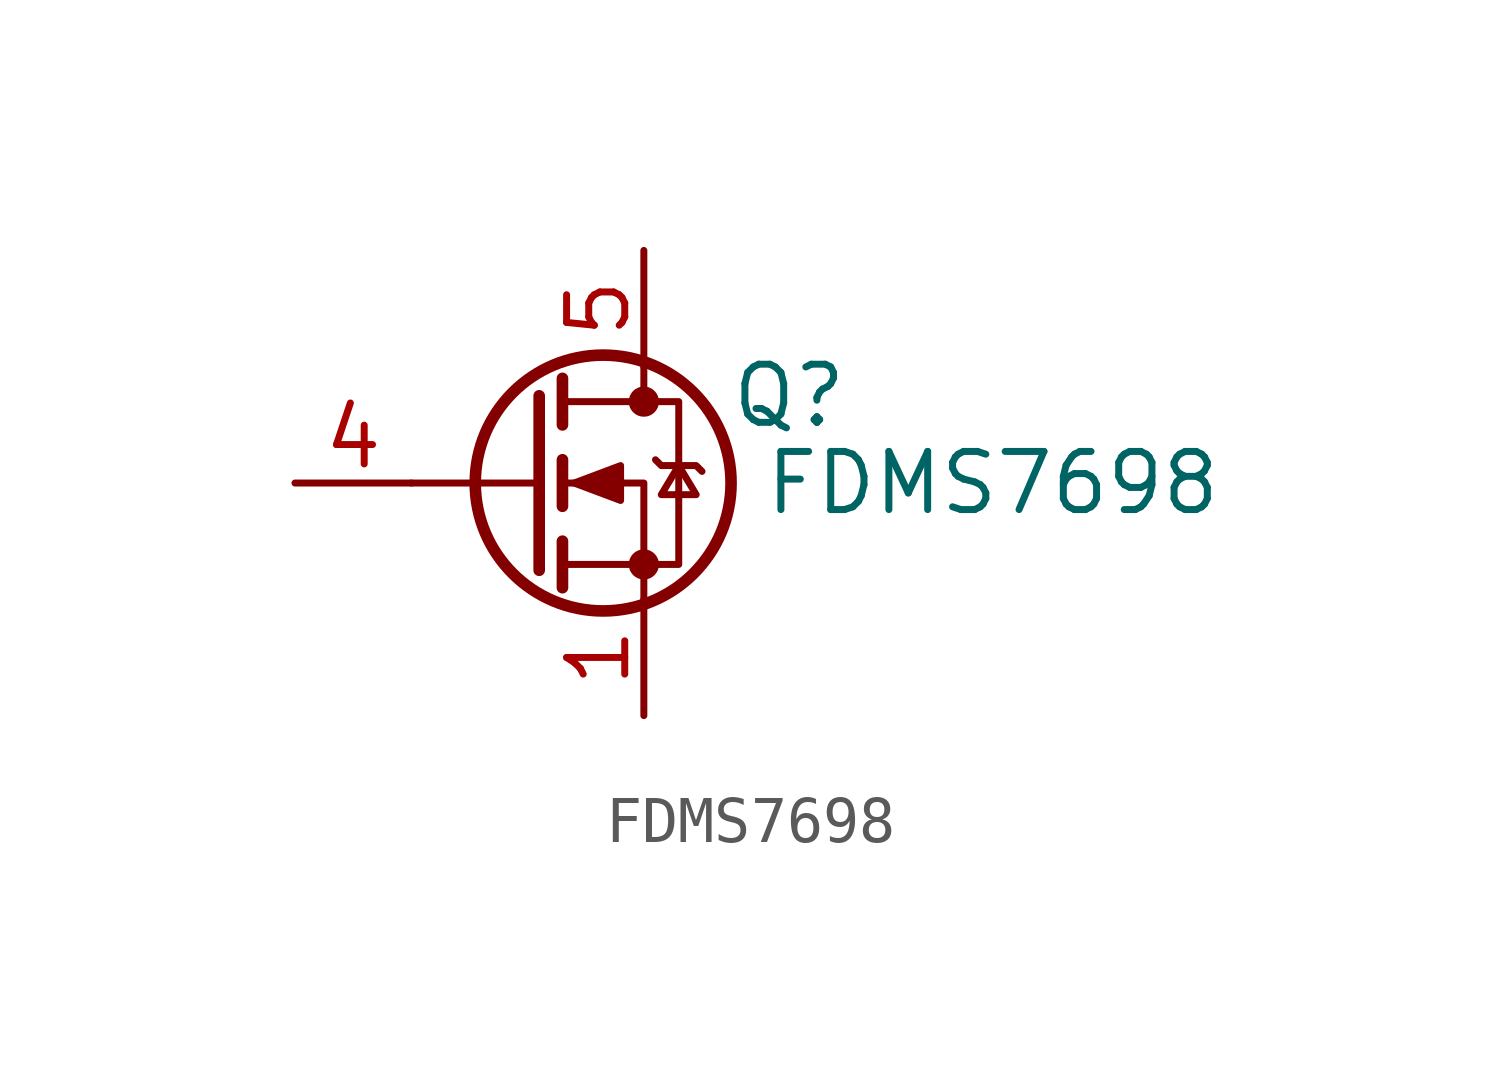
<source format=kicad_sym>
(kicad_symbol_lib
  (version 20220914)
  (generator kicad_symbol_editor)
  (symbol "FDMS7698"
    (property "Reference" "Q"
      (at 5.715 1.905 0)
      (effects (font (size 1.27 1.27))))
    (property "Value" "FDMS7698"
      (at 10.16 0 0)
      (effects (font (size 1.27 1.27))))
    (symbol "FDMS7698_0_1"
      (polyline (pts (xy 0.254 0) (xy -2.54 0)) (stroke (width 0) (type default)) (fill (type none)))
      (polyline (pts (xy 0.254 1.905) (xy 0.254 -1.905)) (stroke (width 0.254) (type default)) (fill (type none)))
      (polyline (pts (xy 0.762 -1.27) (xy 0.762 -2.286)) (stroke (width 0.254) (type default)) (fill (type none)))
      (polyline (pts (xy 0.762 0.508) (xy 0.762 -0.508)) (stroke (width 0.254) (type default)) (fill (type none)))
      (polyline (pts (xy 0.762 2.286) (xy 0.762 1.27)) (stroke (width 0.254) (type default)) (fill (type none)))
      (polyline (pts (xy 2.54 2.54) (xy 2.54 1.778)) (stroke (width 0) (type default)) (fill (type none)))
      (polyline (pts (xy 2.54 -2.54) (xy 2.54 0) (xy 0.762 0)) (stroke (width 0) (type default)) (fill (type none)))
      (polyline (pts (xy 0.762 -1.778) (xy 3.302 -1.778) (xy 3.302 1.778) (xy 0.762 1.778)) (stroke (width 0) (type default)) (fill (type none)))
      (polyline (pts (xy 1.016 0) (xy 2.032 0.381) (xy 2.032 -0.381) (xy 1.016 0)) (stroke (width 0) (type default)) (fill (type outline)))
      (polyline (pts (xy 2.794 0.508) (xy 2.921 0.381) (xy 3.683 0.381) (xy 3.81 0.254)) (stroke (width 0) (type default)) (fill (type none)))
      (polyline (pts (xy 3.302 0.381) (xy 2.921 -0.254) (xy 3.683 -0.254) (xy 3.302 0.381)) (stroke (width 0) (type default)) (fill (type none)))
      (circle (center 1.651 0) (radius 2.794) (stroke (width 0.254) (type default)) (fill (type none)))
      (circle (center 2.54 -1.778) (radius 0.254) (stroke (width 0) (type default)) (fill (type outline)))
      (circle (center 2.54 1.778) (radius 0.254) (stroke (width 0) (type default)) (fill (type outline))))
    (symbol "FDMS7698_1_1"
      (pin passive line (at 2.54 -5.08 90) (length 2.54) (name "~" (effects (font (size 1.27 1.27)))) (number "1" (effects (font (size 1.27 1.27)))))
      (pin passive line (at 2.54 -5.08 90) (length 2.54) hide (name "~" (effects (font (size 1.27 1.27)))) (number "2" (effects (font (size 1.27 1.27)))))
      (pin passive line (at 2.54 -5.08 90) (length 2.54) hide (name "~" (effects (font (size 1.27 1.27)))) (number "3" (effects (font (size 1.27 1.27)))))
      (pin passive line (at -5.08 0 0) (length 2.54) (name "~" (effects (font (size 1.27 1.27)))) (number "4" (effects (font (size 1.27 1.27)))))
      (pin passive line (at 2.54 5.08 270) (length 2.54) (name "~" (effects (font (size 1.27 1.27)))) (number "5" (effects (font (size 1.27 1.27))))))))
</source>
